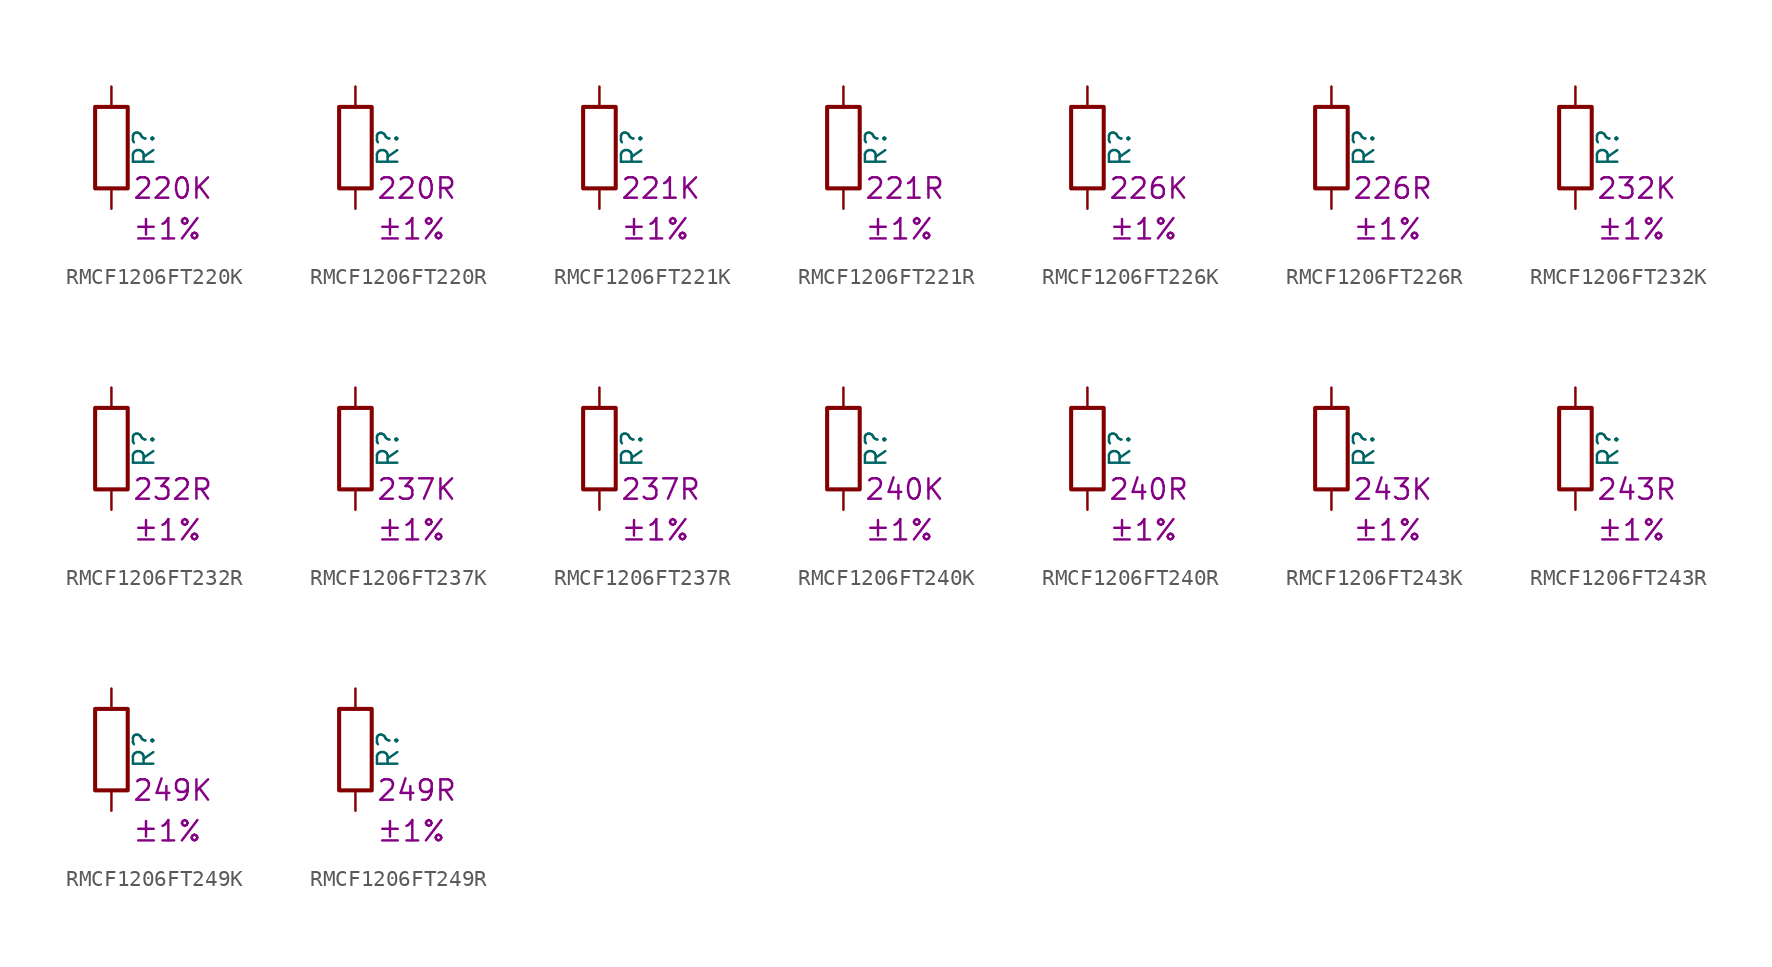
<source format=kicad_sym>
(kicad_symbol_lib
  (version 20220914)
  (generator kicad_symbol_editor)
  (symbol "RMCF1206FT220K"
    (pin_numbers hide)
    (pin_names
      (offset 0))
    (property "Reference" "R"
      (at 2.032 0 90)
      (effects (font (size 1.27 1.27))))
    (property "Resistance" "220K"
      (at 1.27 -2.54 0)
      (effects (font (size 1.27 1.27)) (justify left)))
    (property "Tolerance" "±1%"
      (at 1.27 -5.08 0)
      (effects (font (size 1.27 1.27)) (justify left)))
    (symbol "RMCF1206FT220K_0_1"
      (rectangle (start -1.016 -2.54) (end 1.016 2.54) (stroke (width 0.254) (type default)) (fill (type none))))
    (symbol "RMCF1206FT220K_1_1"
      (pin passive line (at 0 3.81 270) (length 1.27) (name "~" (effects (font (size 1.27 1.27)))) (number "1" (effects (font (size 1.27 1.27)))))
      (pin passive line (at 0 -3.81 90) (length 1.27) (name "~" (effects (font (size 1.27 1.27)))) (number "2" (effects (font (size 1.27 1.27)))))))
  (symbol "RMCF1206FT220R"
    (pin_numbers hide)
    (pin_names
      (offset 0))
    (property "Reference" "R"
      (at 2.032 0 90)
      (effects (font (size 1.27 1.27))))
    (property "Resistance" "220R"
      (at 1.27 -2.54 0)
      (effects (font (size 1.27 1.27)) (justify left)))
    (property "Tolerance" "±1%"
      (at 1.27 -5.08 0)
      (effects (font (size 1.27 1.27)) (justify left)))
    (symbol "RMCF1206FT220R_0_1"
      (rectangle (start -1.016 -2.54) (end 1.016 2.54) (stroke (width 0.254) (type default)) (fill (type none))))
    (symbol "RMCF1206FT220R_1_1"
      (pin passive line (at 0 3.81 270) (length 1.27) (name "~" (effects (font (size 1.27 1.27)))) (number "1" (effects (font (size 1.27 1.27)))))
      (pin passive line (at 0 -3.81 90) (length 1.27) (name "~" (effects (font (size 1.27 1.27)))) (number "2" (effects (font (size 1.27 1.27)))))))
  (symbol "RMCF1206FT221K"
    (pin_numbers hide)
    (pin_names
      (offset 0))
    (property "Reference" "R"
      (at 2.032 0 90)
      (effects (font (size 1.27 1.27))))
    (property "Resistance" "221K"
      (at 1.27 -2.54 0)
      (effects (font (size 1.27 1.27)) (justify left)))
    (property "Tolerance" "±1%"
      (at 1.27 -5.08 0)
      (effects (font (size 1.27 1.27)) (justify left)))
    (symbol "RMCF1206FT221K_0_1"
      (rectangle (start -1.016 -2.54) (end 1.016 2.54) (stroke (width 0.254) (type default)) (fill (type none))))
    (symbol "RMCF1206FT221K_1_1"
      (pin passive line (at 0 3.81 270) (length 1.27) (name "~" (effects (font (size 1.27 1.27)))) (number "1" (effects (font (size 1.27 1.27)))))
      (pin passive line (at 0 -3.81 90) (length 1.27) (name "~" (effects (font (size 1.27 1.27)))) (number "2" (effects (font (size 1.27 1.27)))))))
  (symbol "RMCF1206FT221R"
    (pin_numbers hide)
    (pin_names
      (offset 0))
    (property "Reference" "R"
      (at 2.032 0 90)
      (effects (font (size 1.27 1.27))))
    (property "Resistance" "221R"
      (at 1.27 -2.54 0)
      (effects (font (size 1.27 1.27)) (justify left)))
    (property "Tolerance" "±1%"
      (at 1.27 -5.08 0)
      (effects (font (size 1.27 1.27)) (justify left)))
    (symbol "RMCF1206FT221R_0_1"
      (rectangle (start -1.016 -2.54) (end 1.016 2.54) (stroke (width 0.254) (type default)) (fill (type none))))
    (symbol "RMCF1206FT221R_1_1"
      (pin passive line (at 0 3.81 270) (length 1.27) (name "~" (effects (font (size 1.27 1.27)))) (number "1" (effects (font (size 1.27 1.27)))))
      (pin passive line (at 0 -3.81 90) (length 1.27) (name "~" (effects (font (size 1.27 1.27)))) (number "2" (effects (font (size 1.27 1.27)))))))
  (symbol "RMCF1206FT226K"
    (pin_numbers hide)
    (pin_names
      (offset 0))
    (property "Reference" "R"
      (at 2.032 0 90)
      (effects (font (size 1.27 1.27))))
    (property "Resistance" "226K"
      (at 1.27 -2.54 0)
      (effects (font (size 1.27 1.27)) (justify left)))
    (property "Tolerance" "±1%"
      (at 1.27 -5.08 0)
      (effects (font (size 1.27 1.27)) (justify left)))
    (symbol "RMCF1206FT226K_0_1"
      (rectangle (start -1.016 -2.54) (end 1.016 2.54) (stroke (width 0.254) (type default)) (fill (type none))))
    (symbol "RMCF1206FT226K_1_1"
      (pin passive line (at 0 3.81 270) (length 1.27) (name "~" (effects (font (size 1.27 1.27)))) (number "1" (effects (font (size 1.27 1.27)))))
      (pin passive line (at 0 -3.81 90) (length 1.27) (name "~" (effects (font (size 1.27 1.27)))) (number "2" (effects (font (size 1.27 1.27)))))))
  (symbol "RMCF1206FT226R"
    (pin_numbers hide)
    (pin_names
      (offset 0))
    (property "Reference" "R"
      (at 2.032 0 90)
      (effects (font (size 1.27 1.27))))
    (property "Resistance" "226R"
      (at 1.27 -2.54 0)
      (effects (font (size 1.27 1.27)) (justify left)))
    (property "Tolerance" "±1%"
      (at 1.27 -5.08 0)
      (effects (font (size 1.27 1.27)) (justify left)))
    (symbol "RMCF1206FT226R_0_1"
      (rectangle (start -1.016 -2.54) (end 1.016 2.54) (stroke (width 0.254) (type default)) (fill (type none))))
    (symbol "RMCF1206FT226R_1_1"
      (pin passive line (at 0 3.81 270) (length 1.27) (name "~" (effects (font (size 1.27 1.27)))) (number "1" (effects (font (size 1.27 1.27)))))
      (pin passive line (at 0 -3.81 90) (length 1.27) (name "~" (effects (font (size 1.27 1.27)))) (number "2" (effects (font (size 1.27 1.27)))))))
  (symbol "RMCF1206FT232K"
    (pin_numbers hide)
    (pin_names
      (offset 0))
    (property "Reference" "R"
      (at 2.032 0 90)
      (effects (font (size 1.27 1.27))))
    (property "Resistance" "232K"
      (at 1.27 -2.54 0)
      (effects (font (size 1.27 1.27)) (justify left)))
    (property "Tolerance" "±1%"
      (at 1.27 -5.08 0)
      (effects (font (size 1.27 1.27)) (justify left)))
    (symbol "RMCF1206FT232K_0_1"
      (rectangle (start -1.016 -2.54) (end 1.016 2.54) (stroke (width 0.254) (type default)) (fill (type none))))
    (symbol "RMCF1206FT232K_1_1"
      (pin passive line (at 0 3.81 270) (length 1.27) (name "~" (effects (font (size 1.27 1.27)))) (number "1" (effects (font (size 1.27 1.27)))))
      (pin passive line (at 0 -3.81 90) (length 1.27) (name "~" (effects (font (size 1.27 1.27)))) (number "2" (effects (font (size 1.27 1.27)))))))
  (symbol "RMCF1206FT232R"
    (pin_numbers hide)
    (pin_names
      (offset 0))
    (property "Reference" "R"
      (at 2.032 0 90)
      (effects (font (size 1.27 1.27))))
    (property "Resistance" "232R"
      (at 1.27 -2.54 0)
      (effects (font (size 1.27 1.27)) (justify left)))
    (property "Tolerance" "±1%"
      (at 1.27 -5.08 0)
      (effects (font (size 1.27 1.27)) (justify left)))
    (symbol "RMCF1206FT232R_0_1"
      (rectangle (start -1.016 -2.54) (end 1.016 2.54) (stroke (width 0.254) (type default)) (fill (type none))))
    (symbol "RMCF1206FT232R_1_1"
      (pin passive line (at 0 3.81 270) (length 1.27) (name "~" (effects (font (size 1.27 1.27)))) (number "1" (effects (font (size 1.27 1.27)))))
      (pin passive line (at 0 -3.81 90) (length 1.27) (name "~" (effects (font (size 1.27 1.27)))) (number "2" (effects (font (size 1.27 1.27)))))))
  (symbol "RMCF1206FT237K"
    (pin_numbers hide)
    (pin_names
      (offset 0))
    (property "Reference" "R"
      (at 2.032 0 90)
      (effects (font (size 1.27 1.27))))
    (property "Resistance" "237K"
      (at 1.27 -2.54 0)
      (effects (font (size 1.27 1.27)) (justify left)))
    (property "Tolerance" "±1%"
      (at 1.27 -5.08 0)
      (effects (font (size 1.27 1.27)) (justify left)))
    (symbol "RMCF1206FT237K_0_1"
      (rectangle (start -1.016 -2.54) (end 1.016 2.54) (stroke (width 0.254) (type default)) (fill (type none))))
    (symbol "RMCF1206FT237K_1_1"
      (pin passive line (at 0 3.81 270) (length 1.27) (name "~" (effects (font (size 1.27 1.27)))) (number "1" (effects (font (size 1.27 1.27)))))
      (pin passive line (at 0 -3.81 90) (length 1.27) (name "~" (effects (font (size 1.27 1.27)))) (number "2" (effects (font (size 1.27 1.27)))))))
  (symbol "RMCF1206FT237R"
    (pin_numbers hide)
    (pin_names
      (offset 0))
    (property "Reference" "R"
      (at 2.032 0 90)
      (effects (font (size 1.27 1.27))))
    (property "Resistance" "237R"
      (at 1.27 -2.54 0)
      (effects (font (size 1.27 1.27)) (justify left)))
    (property "Tolerance" "±1%"
      (at 1.27 -5.08 0)
      (effects (font (size 1.27 1.27)) (justify left)))
    (symbol "RMCF1206FT237R_0_1"
      (rectangle (start -1.016 -2.54) (end 1.016 2.54) (stroke (width 0.254) (type default)) (fill (type none))))
    (symbol "RMCF1206FT237R_1_1"
      (pin passive line (at 0 3.81 270) (length 1.27) (name "~" (effects (font (size 1.27 1.27)))) (number "1" (effects (font (size 1.27 1.27)))))
      (pin passive line (at 0 -3.81 90) (length 1.27) (name "~" (effects (font (size 1.27 1.27)))) (number "2" (effects (font (size 1.27 1.27)))))))
  (symbol "RMCF1206FT240K"
    (pin_numbers hide)
    (pin_names
      (offset 0))
    (property "Reference" "R"
      (at 2.032 0 90)
      (effects (font (size 1.27 1.27))))
    (property "Resistance" "240K"
      (at 1.27 -2.54 0)
      (effects (font (size 1.27 1.27)) (justify left)))
    (property "Tolerance" "±1%"
      (at 1.27 -5.08 0)
      (effects (font (size 1.27 1.27)) (justify left)))
    (symbol "RMCF1206FT240K_0_1"
      (rectangle (start -1.016 -2.54) (end 1.016 2.54) (stroke (width 0.254) (type default)) (fill (type none))))
    (symbol "RMCF1206FT240K_1_1"
      (pin passive line (at 0 3.81 270) (length 1.27) (name "~" (effects (font (size 1.27 1.27)))) (number "1" (effects (font (size 1.27 1.27)))))
      (pin passive line (at 0 -3.81 90) (length 1.27) (name "~" (effects (font (size 1.27 1.27)))) (number "2" (effects (font (size 1.27 1.27)))))))
  (symbol "RMCF1206FT240R"
    (pin_numbers hide)
    (pin_names
      (offset 0))
    (property "Reference" "R"
      (at 2.032 0 90)
      (effects (font (size 1.27 1.27))))
    (property "Resistance" "240R"
      (at 1.27 -2.54 0)
      (effects (font (size 1.27 1.27)) (justify left)))
    (property "Tolerance" "±1%"
      (at 1.27 -5.08 0)
      (effects (font (size 1.27 1.27)) (justify left)))
    (symbol "RMCF1206FT240R_0_1"
      (rectangle (start -1.016 -2.54) (end 1.016 2.54) (stroke (width 0.254) (type default)) (fill (type none))))
    (symbol "RMCF1206FT240R_1_1"
      (pin passive line (at 0 3.81 270) (length 1.27) (name "~" (effects (font (size 1.27 1.27)))) (number "1" (effects (font (size 1.27 1.27)))))
      (pin passive line (at 0 -3.81 90) (length 1.27) (name "~" (effects (font (size 1.27 1.27)))) (number "2" (effects (font (size 1.27 1.27)))))))
  (symbol "RMCF1206FT243K"
    (pin_numbers hide)
    (pin_names
      (offset 0))
    (property "Reference" "R"
      (at 2.032 0 90)
      (effects (font (size 1.27 1.27))))
    (property "Resistance" "243K"
      (at 1.27 -2.54 0)
      (effects (font (size 1.27 1.27)) (justify left)))
    (property "Tolerance" "±1%"
      (at 1.27 -5.08 0)
      (effects (font (size 1.27 1.27)) (justify left)))
    (symbol "RMCF1206FT243K_0_1"
      (rectangle (start -1.016 -2.54) (end 1.016 2.54) (stroke (width 0.254) (type default)) (fill (type none))))
    (symbol "RMCF1206FT243K_1_1"
      (pin passive line (at 0 3.81 270) (length 1.27) (name "~" (effects (font (size 1.27 1.27)))) (number "1" (effects (font (size 1.27 1.27)))))
      (pin passive line (at 0 -3.81 90) (length 1.27) (name "~" (effects (font (size 1.27 1.27)))) (number "2" (effects (font (size 1.27 1.27)))))))
  (symbol "RMCF1206FT243R"
    (pin_numbers hide)
    (pin_names
      (offset 0))
    (property "Reference" "R"
      (at 2.032 0 90)
      (effects (font (size 1.27 1.27))))
    (property "Resistance" "243R"
      (at 1.27 -2.54 0)
      (effects (font (size 1.27 1.27)) (justify left)))
    (property "Tolerance" "±1%"
      (at 1.27 -5.08 0)
      (effects (font (size 1.27 1.27)) (justify left)))
    (symbol "RMCF1206FT243R_0_1"
      (rectangle (start -1.016 -2.54) (end 1.016 2.54) (stroke (width 0.254) (type default)) (fill (type none))))
    (symbol "RMCF1206FT243R_1_1"
      (pin passive line (at 0 3.81 270) (length 1.27) (name "~" (effects (font (size 1.27 1.27)))) (number "1" (effects (font (size 1.27 1.27)))))
      (pin passive line (at 0 -3.81 90) (length 1.27) (name "~" (effects (font (size 1.27 1.27)))) (number "2" (effects (font (size 1.27 1.27)))))))
  (symbol "RMCF1206FT249K"
    (pin_numbers hide)
    (pin_names
      (offset 0))
    (property "Reference" "R"
      (at 2.032 0 90)
      (effects (font (size 1.27 1.27))))
    (property "Resistance" "249K"
      (at 1.27 -2.54 0)
      (effects (font (size 1.27 1.27)) (justify left)))
    (property "Tolerance" "±1%"
      (at 1.27 -5.08 0)
      (effects (font (size 1.27 1.27)) (justify left)))
    (symbol "RMCF1206FT249K_0_1"
      (rectangle (start -1.016 -2.54) (end 1.016 2.54) (stroke (width 0.254) (type default)) (fill (type none))))
    (symbol "RMCF1206FT249K_1_1"
      (pin passive line (at 0 3.81 270) (length 1.27) (name "~" (effects (font (size 1.27 1.27)))) (number "1" (effects (font (size 1.27 1.27)))))
      (pin passive line (at 0 -3.81 90) (length 1.27) (name "~" (effects (font (size 1.27 1.27)))) (number "2" (effects (font (size 1.27 1.27)))))))
  (symbol "RMCF1206FT249R"
    (pin_numbers hide)
    (pin_names
      (offset 0))
    (property "Reference" "R"
      (at 2.032 0 90)
      (effects (font (size 1.27 1.27))))
    (property "Resistance" "249R"
      (at 1.27 -2.54 0)
      (effects (font (size 1.27 1.27)) (justify left)))
    (property "Tolerance" "±1%"
      (at 1.27 -5.08 0)
      (effects (font (size 1.27 1.27)) (justify left)))
    (symbol "RMCF1206FT249R_0_1"
      (rectangle (start -1.016 -2.54) (end 1.016 2.54) (stroke (width 0.254) (type default)) (fill (type none))))
    (symbol "RMCF1206FT249R_1_1"
      (pin passive line (at 0 3.81 270) (length 1.27) (name "~" (effects (font (size 1.27 1.27)))) (number "1" (effects (font (size 1.27 1.27)))))
      (pin passive line (at 0 -3.81 90) (length 1.27) (name "~" (effects (font (size 1.27 1.27)))) (number "2" (effects (font (size 1.27 1.27))))))))
</source>
